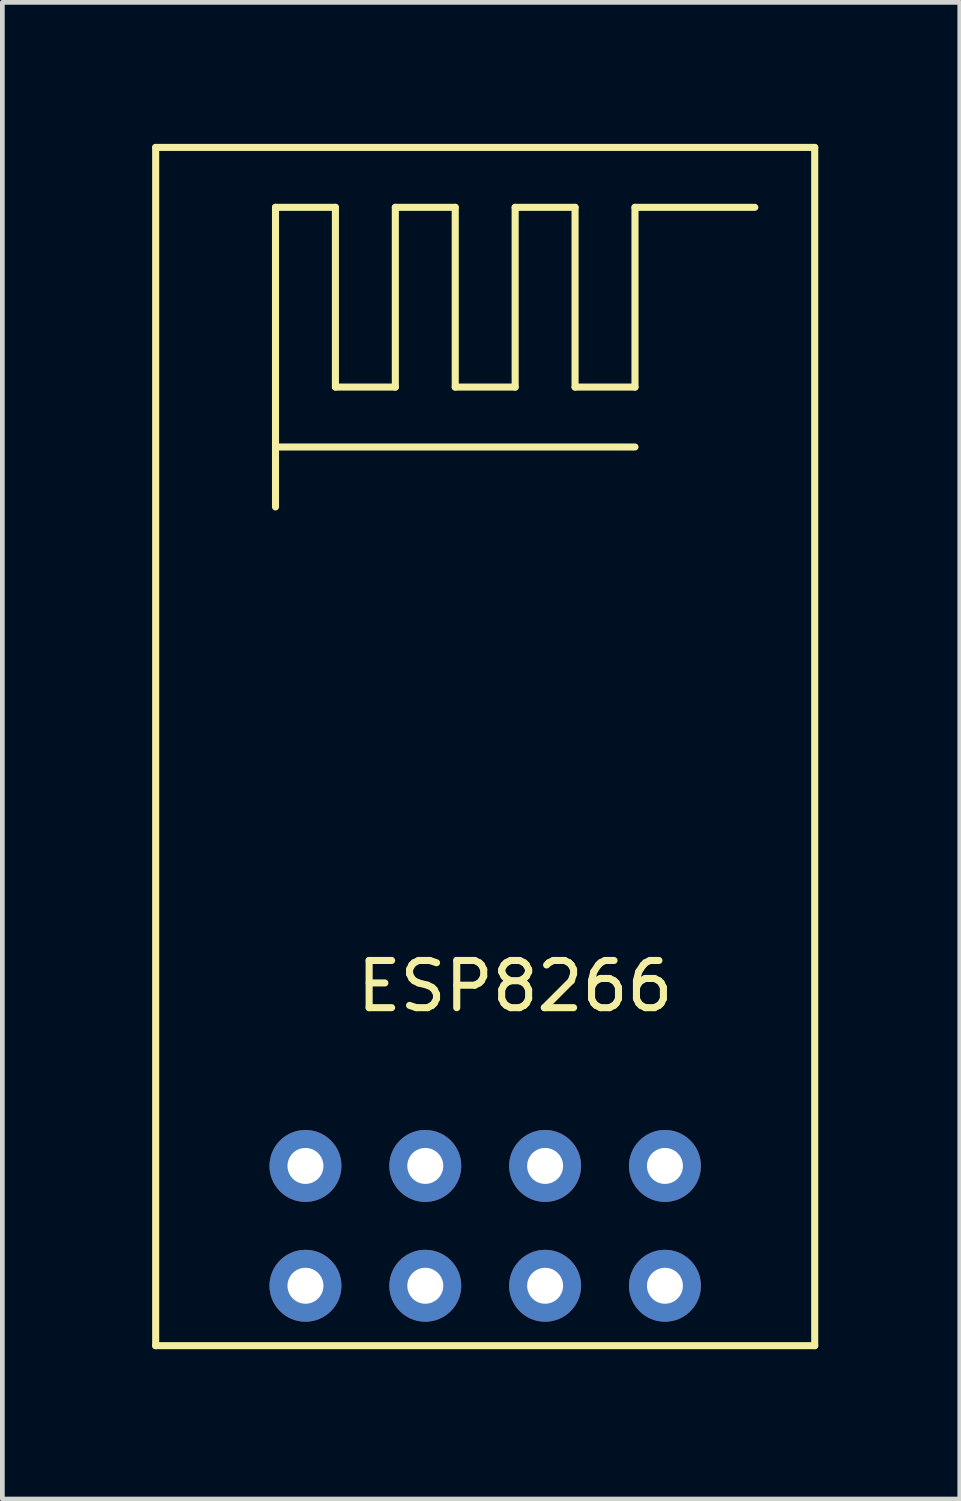
<source format=kicad_pcb>
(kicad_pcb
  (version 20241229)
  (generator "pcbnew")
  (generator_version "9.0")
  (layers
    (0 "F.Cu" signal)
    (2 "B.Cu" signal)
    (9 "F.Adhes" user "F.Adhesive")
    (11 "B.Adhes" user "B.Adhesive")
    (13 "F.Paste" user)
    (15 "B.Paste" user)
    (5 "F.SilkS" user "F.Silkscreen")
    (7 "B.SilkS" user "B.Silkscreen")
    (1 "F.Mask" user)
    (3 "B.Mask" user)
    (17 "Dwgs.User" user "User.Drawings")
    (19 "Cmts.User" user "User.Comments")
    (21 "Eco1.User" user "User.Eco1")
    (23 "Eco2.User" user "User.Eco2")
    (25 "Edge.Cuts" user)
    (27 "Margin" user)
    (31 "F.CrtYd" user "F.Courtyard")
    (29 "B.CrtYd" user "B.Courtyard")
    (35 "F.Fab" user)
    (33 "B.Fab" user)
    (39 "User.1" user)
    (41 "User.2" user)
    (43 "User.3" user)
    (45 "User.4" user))
  (footprint "ESP8266"
    (layer "F.Cu")
    (at 0.25 25.475)
    (property "Reference" "ESP8266" (at 7.62 -7.62 0) (layer "F.SilkS") (effects (font (size 1 1) (thickness 0.15))))
    (attr through_hole)
    (fp_line (start 0 -25.4) (end 13.97 -25.4) (stroke (width 0.15) (type solid)) (layer "F.SilkS"))
    (fp_line (start 0 0) (end 0 -25.4) (stroke (width 0.15) (type solid)) (layer "F.SilkS"))
    (fp_line (start 2.54 -24.13) (end 3.81 -24.13) (stroke (width 0.15) (type solid)) (layer "F.SilkS"))
    (fp_line (start 2.54 -19.05) (end 10.16 -19.05) (stroke (width 0.15) (type solid)) (layer "F.SilkS"))
    (fp_line (start 2.54 -17.78) (end 2.54 -24.13) (stroke (width 0.15) (type solid)) (layer "F.SilkS"))
    (fp_line (start 3.81 -24.13) (end 3.81 -20.32) (stroke (width 0.15) (type solid)) (layer "F.SilkS"))
    (fp_line (start 3.81 -20.32) (end 5.08 -20.32) (stroke (width 0.15) (type solid)) (layer "F.SilkS"))
    (fp_line (start 5.08 -24.13) (end 6.35 -24.13) (stroke (width 0.15) (type solid)) (layer "F.SilkS"))
    (fp_line (start 5.08 -20.32) (end 5.08 -24.13) (stroke (width 0.15) (type solid)) (layer "F.SilkS"))
    (fp_line (start 6.35 -24.13) (end 6.35 -20.32) (stroke (width 0.15) (type solid)) (layer "F.SilkS"))
    (fp_line (start 6.35 -20.32) (end 7.62 -20.32) (stroke (width 0.15) (type solid)) (layer "F.SilkS"))
    (fp_line (start 7.62 -24.13) (end 8.89 -24.13) (stroke (width 0.15) (type solid)) (layer "F.SilkS"))
    (fp_line (start 7.62 -20.32) (end 7.62 -24.13) (stroke (width 0.15) (type solid)) (layer "F.SilkS"))
    (fp_line (start 8.89 -24.13) (end 8.89 -20.32) (stroke (width 0.15) (type solid)) (layer "F.SilkS"))
    (fp_line (start 8.89 -20.32) (end 10.16 -20.32) (stroke (width 0.15) (type solid)) (layer "F.SilkS"))
    (fp_line (start 10.16 -24.13) (end 12.7 -24.13) (stroke (width 0.15) (type solid)) (layer "F.SilkS"))
    (fp_line (start 10.16 -20.32) (end 10.16 -24.13) (stroke (width 0.15) (type solid)) (layer "F.SilkS"))
    (fp_line (start 13.97 -25.4) (end 13.97 0) (stroke (width 0.15) (type solid)) (layer "F.SilkS"))
    (fp_line (start 13.97 0) (end 0 0) (stroke (width 0.15) (type solid)) (layer "F.SilkS"))
    (pad "1" thru_hole circle (at 3.175 -3.81) (size 1.524 1.524) (drill 0.762) (layers "*.Cu" "*.Mask"))
    (pad "2" thru_hole circle (at 3.175 -1.27) (size 1.524 1.524) (drill 0.762) (layers "*.Cu" "*.Mask"))
    (pad "3" thru_hole circle (at 5.715 -3.81) (size 1.524 1.524) (drill 0.762) (layers "*.Cu" "*.Mask"))
    (pad "4" thru_hole circle (at 5.715 -1.27) (size 1.524 1.524) (drill 0.762) (layers "*.Cu" "*.Mask"))
    (pad "5" thru_hole circle (at 8.255 -3.81) (size 1.524 1.524) (drill 0.762) (layers "*.Cu" "*.Mask"))
    (pad "6" thru_hole circle (at 8.255 -1.27) (size 1.524 1.524) (drill 0.762) (layers "*.Cu" "*.Mask"))
    (pad "7" thru_hole circle (at 10.795 -3.81) (size 1.524 1.524) (drill 0.762) (layers "*.Cu" "*.Mask"))
    (pad "8" thru_hole circle (at 10.795 -1.27) (size 1.524 1.524) (drill 0.762) (layers "*.Cu" "*.Mask")))
  (gr_rect
    (start -3 -3)
    (end 17.295 28.725)
    (stroke (width 0.1) (type default))
    (fill no)
    (layer "Edge.Cuts")))
</source>
